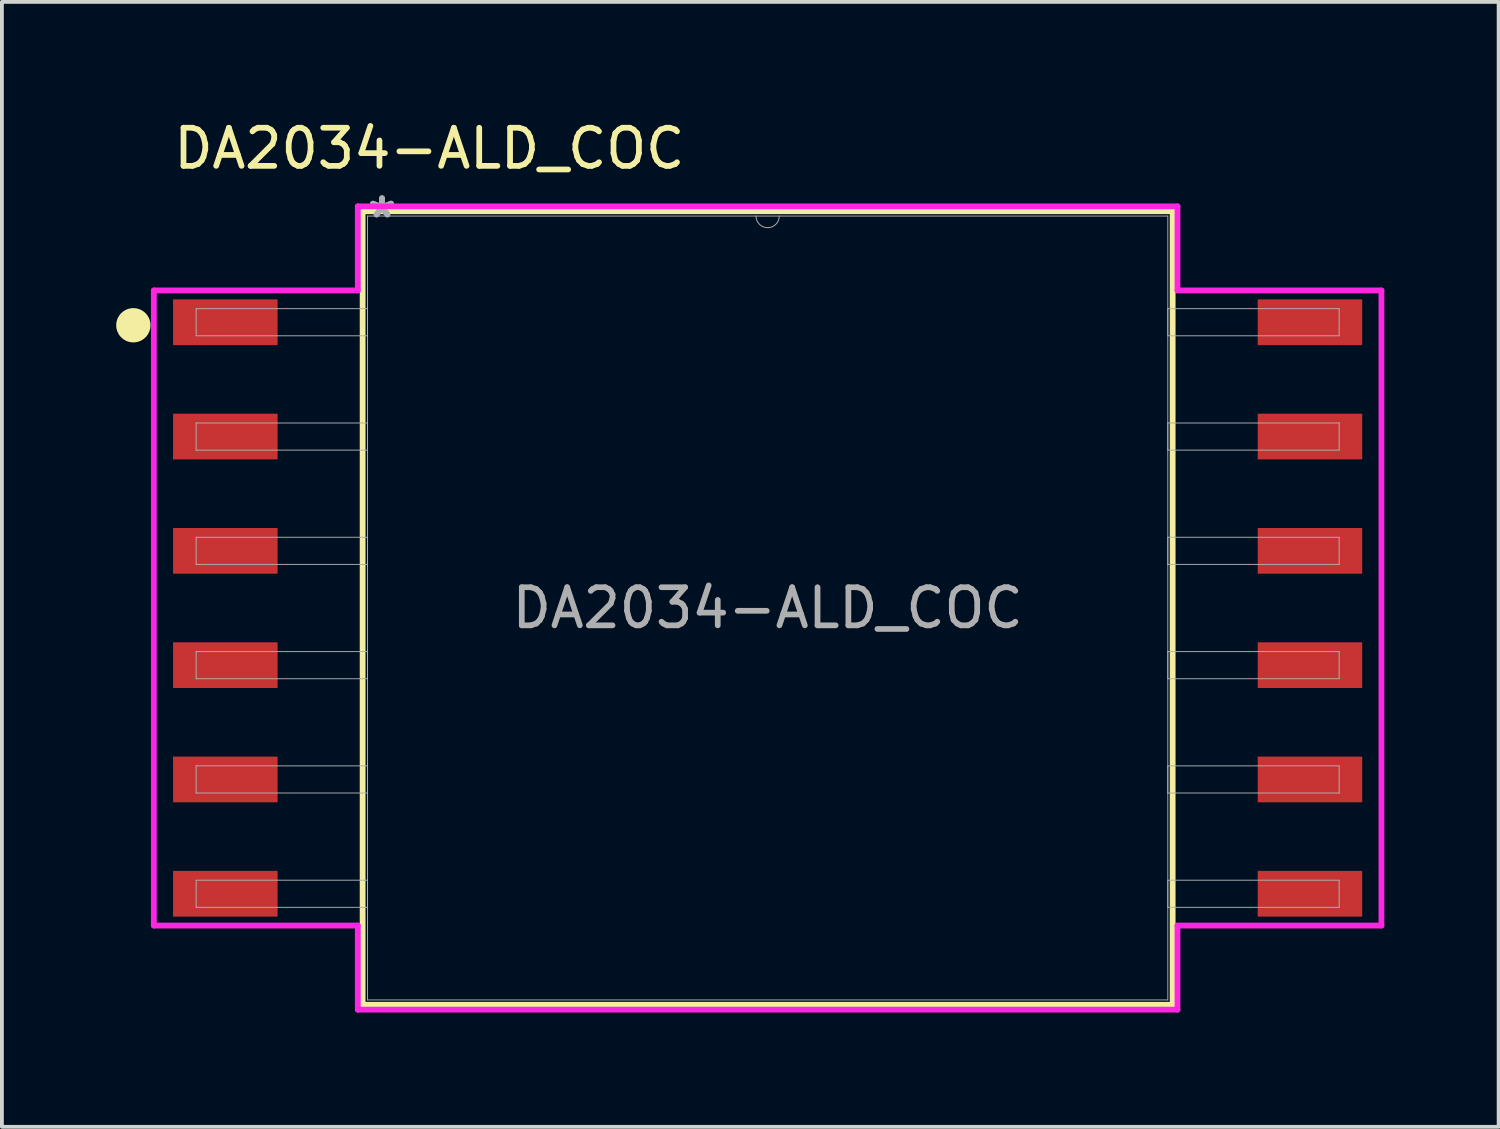
<source format=kicad_pcb>
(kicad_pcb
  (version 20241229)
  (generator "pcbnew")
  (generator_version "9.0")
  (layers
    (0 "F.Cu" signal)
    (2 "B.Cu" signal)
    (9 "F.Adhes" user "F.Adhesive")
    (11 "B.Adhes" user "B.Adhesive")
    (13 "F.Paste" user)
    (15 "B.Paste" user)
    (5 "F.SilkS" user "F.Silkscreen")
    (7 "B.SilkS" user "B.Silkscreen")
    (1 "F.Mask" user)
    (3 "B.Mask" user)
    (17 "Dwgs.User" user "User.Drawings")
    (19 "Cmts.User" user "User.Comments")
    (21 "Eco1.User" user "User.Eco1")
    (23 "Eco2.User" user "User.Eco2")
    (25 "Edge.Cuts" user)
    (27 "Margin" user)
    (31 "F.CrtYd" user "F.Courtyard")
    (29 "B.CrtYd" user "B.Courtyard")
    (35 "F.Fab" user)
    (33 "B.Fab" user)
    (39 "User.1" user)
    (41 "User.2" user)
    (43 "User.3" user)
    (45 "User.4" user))
  (footprint "DA2034-ALD_COC"
    (layer "F.Cu")
    (at 17.098 12.908)
    (property "Reference" "DA2034-ALD_COC" (at -8.879 -12.06 0) (unlocked yes) (layer "F.SilkS") (effects (font (size 1 1) (thickness 0.15))))
    (attr smd)
    (fp_line (start -10.63 -10.414) (end -10.63 10.414) (stroke (width 0.152) (type solid)) (layer "F.SilkS"))
    (fp_line (start -10.63 10.414) (end 10.63 10.414) (stroke (width 0.152) (type solid)) (layer "F.SilkS"))
    (fp_line (start 10.63 -10.414) (end -10.63 -10.414) (stroke (width 0.152) (type solid)) (layer "F.SilkS"))
    (fp_line (start 10.63 10.414) (end 10.63 -10.414) (stroke (width 0.152) (type solid)) (layer "F.SilkS"))
    (fp_circle (center -16.648 -7.421) (end -16.248 -7.421) (stroke (width 0.1) (type solid)) (fill yes) (layer "F.SilkS"))
    (fp_line (start -16.11 -8.335) (end -10.757 -8.335) (stroke (width 0.152) (type solid)) (layer "F.CrtYd"))
    (fp_line (start -16.11 8.335) (end -16.11 -8.335) (stroke (width 0.152) (type solid)) (layer "F.CrtYd"))
    (fp_line (start -16.11 8.335) (end -10.757 8.335) (stroke (width 0.152) (type solid)) (layer "F.CrtYd"))
    (fp_line (start -10.757 -10.541) (end 10.757 -10.541) (stroke (width 0.152) (type solid)) (layer "F.CrtYd"))
    (fp_line (start -10.757 -8.335) (end -10.757 -10.541) (stroke (width 0.152) (type solid)) (layer "F.CrtYd"))
    (fp_line (start -10.757 8.335) (end -10.757 10.541) (stroke (width 0.152) (type solid)) (layer "F.CrtYd"))
    (fp_line (start 10.757 -8.335) (end 10.757 -10.541) (stroke (width 0.152) (type solid)) (layer "F.CrtYd"))
    (fp_line (start 10.757 8.335) (end 10.757 10.541) (stroke (width 0.152) (type solid)) (layer "F.CrtYd"))
    (fp_line (start 10.757 10.541) (end -10.757 10.541) (stroke (width 0.152) (type solid)) (layer "F.CrtYd"))
    (fp_line (start 16.11 -8.335) (end 10.757 -8.335) (stroke (width 0.152) (type solid)) (layer "F.CrtYd"))
    (fp_line (start 16.11 8.335) (end 10.757 8.335) (stroke (width 0.152) (type solid)) (layer "F.CrtYd"))
    (fp_line (start 16.11 8.335) (end 16.11 -8.335) (stroke (width 0.152) (type solid)) (layer "F.CrtYd"))
    (fp_line (start -15 -7.856) (end -15 -7.144) (stroke (width 0.025) (type solid)) (layer "F.Fab"))
    (fp_line (start -15 -7.144) (end -10.503 -7.144) (stroke (width 0.025) (type solid)) (layer "F.Fab"))
    (fp_line (start -15 -4.856) (end -15 -4.144) (stroke (width 0.025) (type solid)) (layer "F.Fab"))
    (fp_line (start -15 -4.144) (end -10.503 -4.144) (stroke (width 0.025) (type solid)) (layer "F.Fab"))
    (fp_line (start -15 -1.856) (end -15 -1.144) (stroke (width 0.025) (type solid)) (layer "F.Fab"))
    (fp_line (start -15 -1.144) (end -10.503 -1.144) (stroke (width 0.025) (type solid)) (layer "F.Fab"))
    (fp_line (start -15 1.144) (end -15 1.856) (stroke (width 0.025) (type solid)) (layer "F.Fab"))
    (fp_line (start -15 1.856) (end -10.503 1.856) (stroke (width 0.025) (type solid)) (layer "F.Fab"))
    (fp_line (start -15 4.144) (end -15 4.856) (stroke (width 0.025) (type solid)) (layer "F.Fab"))
    (fp_line (start -15 4.856) (end -10.503 4.856) (stroke (width 0.025) (type solid)) (layer "F.Fab"))
    (fp_line (start -15 7.144) (end -15 7.856) (stroke (width 0.025) (type solid)) (layer "F.Fab"))
    (fp_line (start -15 7.856) (end -10.503 7.856) (stroke (width 0.025) (type solid)) (layer "F.Fab"))
    (fp_line (start -10.503 -10.287) (end -10.503 10.287) (stroke (width 0.025) (type solid)) (layer "F.Fab"))
    (fp_line (start -10.503 -7.856) (end -15 -7.856) (stroke (width 0.025) (type solid)) (layer "F.Fab"))
    (fp_line (start -10.503 -7.144) (end -10.503 -7.856) (stroke (width 0.025) (type solid)) (layer "F.Fab"))
    (fp_line (start -10.503 -4.856) (end -15 -4.856) (stroke (width 0.025) (type solid)) (layer "F.Fab"))
    (fp_line (start -10.503 -4.144) (end -10.503 -4.856) (stroke (width 0.025) (type solid)) (layer "F.Fab"))
    (fp_line (start -10.503 -1.856) (end -15 -1.856) (stroke (width 0.025) (type solid)) (layer "F.Fab"))
    (fp_line (start -10.503 -1.144) (end -10.503 -1.856) (stroke (width 0.025) (type solid)) (layer "F.Fab"))
    (fp_line (start -10.503 1.144) (end -15 1.144) (stroke (width 0.025) (type solid)) (layer "F.Fab"))
    (fp_line (start -10.503 1.856) (end -10.503 1.144) (stroke (width 0.025) (type solid)) (layer "F.Fab"))
    (fp_line (start -10.503 4.144) (end -15 4.144) (stroke (width 0.025) (type solid)) (layer "F.Fab"))
    (fp_line (start -10.503 4.856) (end -10.503 4.144) (stroke (width 0.025) (type solid)) (layer "F.Fab"))
    (fp_line (start -10.503 7.144) (end -15 7.144) (stroke (width 0.025) (type solid)) (layer "F.Fab"))
    (fp_line (start -10.503 7.856) (end -10.503 7.144) (stroke (width 0.025) (type solid)) (layer "F.Fab"))
    (fp_line (start -10.503 10.287) (end 10.503 10.287) (stroke (width 0.025) (type solid)) (layer "F.Fab"))
    (fp_line (start 10.503 -10.287) (end -10.503 -10.287) (stroke (width 0.025) (type solid)) (layer "F.Fab"))
    (fp_line (start 10.503 -7.856) (end 10.503 -7.144) (stroke (width 0.025) (type solid)) (layer "F.Fab"))
    (fp_line (start 10.503 -7.144) (end 15 -7.144) (stroke (width 0.025) (type solid)) (layer "F.Fab"))
    (fp_line (start 10.503 -4.856) (end 10.503 -4.144) (stroke (width 0.025) (type solid)) (layer "F.Fab"))
    (fp_line (start 10.503 -4.144) (end 15 -4.144) (stroke (width 0.025) (type solid)) (layer "F.Fab"))
    (fp_line (start 10.503 -1.856) (end 10.503 -1.144) (stroke (width 0.025) (type solid)) (layer "F.Fab"))
    (fp_line (start 10.503 -1.144) (end 15 -1.144) (stroke (width 0.025) (type solid)) (layer "F.Fab"))
    (fp_line (start 10.503 1.144) (end 10.503 1.856) (stroke (width 0.025) (type solid)) (layer "F.Fab"))
    (fp_line (start 10.503 1.856) (end 15 1.856) (stroke (width 0.025) (type solid)) (layer "F.Fab"))
    (fp_line (start 10.503 4.144) (end 10.503 4.856) (stroke (width 0.025) (type solid)) (layer "F.Fab"))
    (fp_line (start 10.503 4.856) (end 15 4.856) (stroke (width 0.025) (type solid)) (layer "F.Fab"))
    (fp_line (start 10.503 7.144) (end 10.503 7.856) (stroke (width 0.025) (type solid)) (layer "F.Fab"))
    (fp_line (start 10.503 7.856) (end 15 7.856) (stroke (width 0.025) (type solid)) (layer "F.Fab"))
    (fp_line (start 10.503 10.287) (end 10.503 -10.287) (stroke (width 0.025) (type solid)) (layer "F.Fab"))
    (fp_line (start 15 -7.856) (end 10.503 -7.856) (stroke (width 0.025) (type solid)) (layer "F.Fab"))
    (fp_line (start 15 -7.144) (end 15 -7.856) (stroke (width 0.025) (type solid)) (layer "F.Fab"))
    (fp_line (start 15 -4.856) (end 10.503 -4.856) (stroke (width 0.025) (type solid)) (layer "F.Fab"))
    (fp_line (start 15 -4.144) (end 15 -4.856) (stroke (width 0.025) (type solid)) (layer "F.Fab"))
    (fp_line (start 15 -1.856) (end 10.503 -1.856) (stroke (width 0.025) (type solid)) (layer "F.Fab"))
    (fp_line (start 15 -1.144) (end 15 -1.856) (stroke (width 0.025) (type solid)) (layer "F.Fab"))
    (fp_line (start 15 1.144) (end 10.503 1.144) (stroke (width 0.025) (type solid)) (layer "F.Fab"))
    (fp_line (start 15 1.856) (end 15 1.144) (stroke (width 0.025) (type solid)) (layer "F.Fab"))
    (fp_line (start 15 4.144) (end 10.503 4.144) (stroke (width 0.025) (type solid)) (layer "F.Fab"))
    (fp_line (start 15 4.856) (end 15 4.144) (stroke (width 0.025) (type solid)) (layer "F.Fab"))
    (fp_line (start 15 7.144) (end 10.503 7.144) (stroke (width 0.025) (type solid)) (layer "F.Fab"))
    (fp_line (start 15 7.856) (end 15 7.144) (stroke (width 0.025) (type solid)) (layer "F.Fab"))
    (fp_arc (start 0.3048 -10.287) (mid 0 -9.9822) (end -0.3048 -10.287) (stroke (width 0.0254) (type solid)) (layer "F.Fab"))
    (fp_text user "${REFERENCE}" (at 0 0 0) (unlocked yes) (layer "F.Fab") (effects (font (size 1 1) (thickness 0.15))))
    (fp_text user "*" (at -10.122 -10.211 0) (layer "F.Fab") (effects (font (size 1 1) (thickness 0.15))))
    (fp_text user "*" (at -10.122 -10.211 0) (unlocked yes) (layer "F.Fab") (effects (font (size 1 1) (thickness 0.15))))
    (pad "1" smd rect (at -14.234 -7.5) (size 2.743 1.2) (layers "F.Cu" "F.Mask" "F.Paste"))
    (pad "2" smd rect (at -14.234 -4.5) (size 2.743 1.2) (layers "F.Cu" "F.Mask" "F.Paste"))
    (pad "3" smd rect (at -14.234 -1.5) (size 2.743 1.2) (layers "F.Cu" "F.Mask" "F.Paste"))
    (pad "4" smd rect (at -14.234 1.5) (size 2.743 1.2) (layers "F.Cu" "F.Mask" "F.Paste"))
    (pad "5" smd rect (at -14.234 4.5) (size 2.743 1.2) (layers "F.Cu" "F.Mask" "F.Paste"))
    (pad "6" smd rect (at -14.234 7.5) (size 2.743 1.2) (layers "F.Cu" "F.Mask" "F.Paste"))
    (pad "7" smd rect (at 14.234 7.5) (size 2.743 1.2) (layers "F.Cu" "F.Mask" "F.Paste"))
    (pad "8" smd rect (at 14.234 4.5) (size 2.743 1.2) (layers "F.Cu" "F.Mask" "F.Paste"))
    (pad "9" smd rect (at 14.234 1.5) (size 2.743 1.2) (layers "F.Cu" "F.Mask" "F.Paste"))
    (pad "10" smd rect (at 14.234 -1.5) (size 2.743 1.2) (layers "F.Cu" "F.Mask" "F.Paste"))
    (pad "11" smd rect (at 14.234 -4.5) (size 2.743 1.2) (layers "F.Cu" "F.Mask" "F.Paste"))
    (pad "12" smd rect (at 14.234 -7.5) (size 2.743 1.2) (layers "F.Cu" "F.Mask" "F.Paste")))
  (gr_rect
    (start -3 -3)
    (end 36.284 26.525)
    (stroke (width 0.1) (type default))
    (fill no)
    (layer "Edge.Cuts")))
</source>
